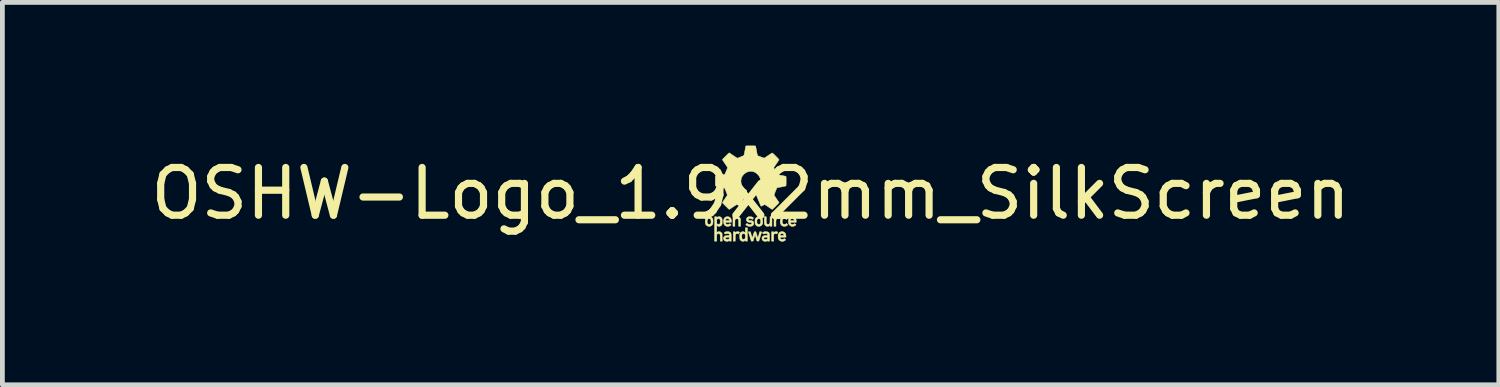
<source format=kicad_pcb>
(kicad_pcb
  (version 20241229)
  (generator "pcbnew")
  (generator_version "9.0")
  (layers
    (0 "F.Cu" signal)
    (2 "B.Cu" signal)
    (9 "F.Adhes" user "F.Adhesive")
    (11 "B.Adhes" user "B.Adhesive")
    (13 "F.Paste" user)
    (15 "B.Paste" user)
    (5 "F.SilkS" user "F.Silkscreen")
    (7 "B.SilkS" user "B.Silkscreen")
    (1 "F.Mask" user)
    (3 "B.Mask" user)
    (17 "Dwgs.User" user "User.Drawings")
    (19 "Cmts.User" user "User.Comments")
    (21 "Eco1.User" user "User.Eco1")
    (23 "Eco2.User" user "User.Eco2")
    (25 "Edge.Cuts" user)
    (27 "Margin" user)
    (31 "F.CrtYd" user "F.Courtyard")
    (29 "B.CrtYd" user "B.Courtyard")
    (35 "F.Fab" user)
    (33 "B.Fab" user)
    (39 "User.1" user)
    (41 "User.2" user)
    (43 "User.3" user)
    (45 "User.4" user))
  (footprint "OSHW-Logo_1.9x2mm_SilkScreen"
    (layer "F.Cu")
    (at 12.673 1.003)
    (property "Reference" "OSHW-Logo_1.9x2mm_SilkScreen" (at 0 0 0) (layer "F.SilkS") (effects (font (size 1 1) (thickness 0.15))))
    (attr exclude_from_pos_files exclude_from_bom)
    (fp_poly (pts (xy 0.53 0.509) (xy 0.538 0.502) (xy 0.551 0.492) (xy 0.565 0.488) (xy 0.58 0.486) (xy 0.592 0.487) (xy 0.604 0.49) (xy 0.615 0.494) (xy 0.622 0.498) (xy 0.624 0.501) (xy 0.622 0.504) (xy 0.616 0.511) (xy 0.61 0.519) (xy 0.601 0.528) (xy 0.596 0.532) (xy 0.591 0.532) (xy 0.586 0.53) (xy 0.57 0.526) (xy 0.555 0.529) (xy 0.542 0.537) (xy 0.536 0.546) (xy 0.533 0.553) (xy 0.532 0.561) (xy 0.531 0.574) (xy 0.53 0.591) (xy 0.53 0.614) (xy 0.53 0.622) (xy 0.53 0.686) (xy 0.49 0.686) (xy 0.49 0.486) (xy 0.53 0.486) (xy 0.53 0.509)) (stroke (width 0.01) (type solid)) (fill yes) (layer "F.SilkS"))
    (fp_poly (pts (xy -0.259 0.8) (xy -0.247 0.803) (xy -0.237 0.808) (xy -0.231 0.812) (xy -0.232 0.816) (xy -0.237 0.824) (xy -0.243 0.832) (xy -0.258 0.849) (xy -0.269 0.843) (xy -0.284 0.84) (xy -0.298 0.842) (xy -0.311 0.851) (xy -0.314 0.854) (xy -0.316 0.858) (xy -0.318 0.863) (xy -0.32 0.87) (xy -0.321 0.88) (xy -0.322 0.894) (xy -0.322 0.913) (xy -0.322 0.931) (xy -0.323 0.998) (xy -0.363 0.998) (xy -0.363 0.802) (xy -0.343 0.802) (xy -0.332 0.802) (xy -0.326 0.804) (xy -0.323 0.807) (xy -0.323 0.812) (xy -0.323 0.818) (xy -0.32 0.819) (xy -0.317 0.816) (xy -0.304 0.807) (xy -0.288 0.801) (xy -0.272 0.799) (xy -0.27 0.799) (xy -0.259 0.8)) (stroke (width 0.01) (type solid)) (fill yes) (layer "F.SilkS"))
    (fp_poly (pts (xy 0.543 0.8) (xy 0.556 0.803) (xy 0.566 0.808) (xy 0.571 0.812) (xy 0.57 0.817) (xy 0.565 0.825) (xy 0.56 0.832) (xy 0.552 0.841) (xy 0.546 0.845) (xy 0.542 0.846) (xy 0.537 0.844) (xy 0.527 0.84) (xy 0.52 0.839) (xy 0.508 0.841) (xy 0.497 0.847) (xy 0.488 0.854) (xy 0.486 0.856) (xy 0.485 0.862) (xy 0.484 0.875) (xy 0.483 0.892) (xy 0.483 0.913) (xy 0.483 0.931) (xy 0.483 0.998) (xy 0.439 0.998) (xy 0.439 0.802) (xy 0.461 0.802) (xy 0.473 0.802) (xy 0.48 0.804) (xy 0.482 0.806) (xy 0.483 0.809) (xy 0.483 0.813) (xy 0.485 0.814) (xy 0.491 0.812) (xy 0.5 0.807) (xy 0.513 0.802) (xy 0.527 0.799) (xy 0.531 0.799) (xy 0.543 0.8)) (stroke (width 0.01) (type solid)) (fill yes) (layer "F.SilkS"))
    (fp_poly (pts (xy -0.33 0.509) (xy -0.322 0.502) (xy -0.309 0.492) (xy -0.296 0.488) (xy -0.28 0.486) (xy -0.257 0.489) (xy -0.24 0.497) (xy -0.226 0.51) (xy -0.217 0.524) (xy -0.215 0.53) (xy -0.213 0.537) (xy -0.212 0.546) (xy -0.211 0.559) (xy -0.211 0.575) (xy -0.211 0.597) (xy -0.211 0.612) (xy -0.211 0.686) (xy -0.25 0.686) (xy -0.25 0.624) (xy -0.251 0.597) (xy -0.252 0.577) (xy -0.253 0.561) (xy -0.256 0.55) (xy -0.26 0.541) (xy -0.265 0.535) (xy -0.269 0.532) (xy -0.281 0.527) (xy -0.296 0.527) (xy -0.309 0.531) (xy -0.312 0.532) (xy -0.318 0.538) (xy -0.323 0.545) (xy -0.326 0.554) (xy -0.328 0.567) (xy -0.33 0.585) (xy -0.33 0.608) (xy -0.33 0.624) (xy -0.33 0.686) (xy -0.37 0.686) (xy -0.37 0.486) (xy -0.33 0.486) (xy -0.33 0.509)) (stroke (width 0.01) (type solid)) (fill yes) (layer "F.SilkS"))
    (fp_poly (pts (xy 0.327 0.546) (xy 0.327 0.572) (xy 0.327 0.592) (xy 0.328 0.607) (xy 0.33 0.618) (xy 0.332 0.625) (xy 0.336 0.631) (xy 0.34 0.637) (xy 0.34 0.637) (xy 0.351 0.644) (xy 0.365 0.647) (xy 0.379 0.645) (xy 0.391 0.64) (xy 0.392 0.639) (xy 0.397 0.633) (xy 0.401 0.626) (xy 0.403 0.618) (xy 0.405 0.606) (xy 0.406 0.59) (xy 0.406 0.568) (xy 0.407 0.55) (xy 0.407 0.486) (xy 0.446 0.486) (xy 0.446 0.686) (xy 0.426 0.686) (xy 0.415 0.686) (xy 0.409 0.685) (xy 0.407 0.681) (xy 0.407 0.677) (xy 0.407 0.668) (xy 0.393 0.677) (xy 0.374 0.686) (xy 0.354 0.688) (xy 0.334 0.685) (xy 0.328 0.683) (xy 0.31 0.671) (xy 0.297 0.655) (xy 0.292 0.645) (xy 0.29 0.639) (xy 0.289 0.63) (xy 0.288 0.618) (xy 0.287 0.601) (xy 0.287 0.579) (xy 0.287 0.559) (xy 0.287 0.486) (xy 0.327 0.486) (xy 0.327 0.546)) (stroke (width 0.01) (type solid)) (fill yes) (layer "F.SilkS"))
    (fp_poly (pts (xy 0.724 0.487) (xy 0.74 0.491) (xy 0.742 0.492) (xy 0.752 0.497) (xy 0.763 0.503) (xy 0.772 0.51) (xy 0.779 0.516) (xy 0.78 0.519) (xy 0.778 0.523) (xy 0.771 0.529) (xy 0.766 0.533) (xy 0.752 0.545) (xy 0.738 0.535) (xy 0.728 0.529) (xy 0.718 0.527) (xy 0.706 0.527) (xy 0.705 0.527) (xy 0.688 0.531) (xy 0.676 0.538) (xy 0.667 0.552) (xy 0.666 0.554) (xy 0.662 0.569) (xy 0.661 0.588) (xy 0.663 0.607) (xy 0.666 0.621) (xy 0.675 0.634) (xy 0.687 0.642) (xy 0.704 0.646) (xy 0.711 0.646) (xy 0.724 0.645) (xy 0.734 0.641) (xy 0.74 0.636) (xy 0.752 0.627) (xy 0.765 0.639) (xy 0.773 0.647) (xy 0.779 0.652) (xy 0.78 0.653) (xy 0.779 0.656) (xy 0.773 0.662) (xy 0.768 0.666) (xy 0.747 0.68) (xy 0.724 0.687) (xy 0.699 0.688) (xy 0.683 0.685) (xy 0.66 0.676) (xy 0.643 0.66) (xy 0.63 0.64) (xy 0.622 0.615) (xy 0.62 0.586) (xy 0.623 0.556) (xy 0.631 0.532) (xy 0.644 0.512) (xy 0.662 0.497) (xy 0.67 0.493) (xy 0.685 0.489) (xy 0.704 0.487) (xy 0.724 0.487)) (stroke (width 0.01) (type solid)) (fill yes) (layer "F.SilkS"))
    (fp_poly (pts (xy -0.844 0.49) (xy -0.824 0.498) (xy -0.807 0.512) (xy -0.795 0.531) (xy -0.791 0.542) (xy -0.789 0.554) (xy -0.788 0.571) (xy -0.788 0.59) (xy -0.789 0.609) (xy -0.791 0.626) (xy -0.794 0.639) (xy -0.796 0.644) (xy -0.806 0.659) (xy -0.819 0.672) (xy -0.832 0.681) (xy -0.846 0.686) (xy -0.865 0.688) (xy -0.883 0.687) (xy -0.896 0.684) (xy -0.913 0.676) (xy -0.929 0.663) (xy -0.941 0.647) (xy -0.943 0.644) (xy -0.946 0.634) (xy -0.949 0.619) (xy -0.95 0.6) (xy -0.95 0.597) (xy -0.911 0.597) (xy -0.907 0.618) (xy -0.899 0.633) (xy -0.887 0.642) (xy -0.871 0.646) (xy -0.87 0.646) (xy -0.857 0.645) (xy -0.847 0.64) (xy -0.841 0.635) (xy -0.829 0.625) (xy -0.829 0.589) (xy -0.83 0.571) (xy -0.83 0.559) (xy -0.832 0.551) (xy -0.835 0.545) (xy -0.837 0.542) (xy -0.849 0.532) (xy -0.864 0.527) (xy -0.881 0.528) (xy -0.894 0.535) (xy -0.904 0.547) (xy -0.909 0.564) (xy -0.91 0.571) (xy -0.911 0.597) (xy -0.95 0.597) (xy -0.951 0.581) (xy -0.95 0.563) (xy -0.948 0.548) (xy -0.948 0.545) (xy -0.939 0.523) (xy -0.925 0.506) (xy -0.906 0.494) (xy -0.883 0.488) (xy -0.868 0.486) (xy -0.844 0.49)) (stroke (width 0.01) (type solid)) (fill yes) (layer "F.SilkS"))
    (fp_poly (pts (xy -0.069 0.998) (xy -0.089 0.998) (xy -0.1 0.998) (xy -0.106 0.997) (xy -0.109 0.994) (xy -0.109 0.989) (xy -0.109 0.982) (xy -0.112 0.982) (xy -0.115 0.984) (xy -0.134 0.996) (xy -0.154 1.001) (xy -0.176 1) (xy -0.191 0.994) (xy -0.208 0.983) (xy -0.219 0.968) (xy -0.225 0.951) (xy -0.227 0.936) (xy -0.228 0.917) (xy -0.228 0.895) (xy -0.228 0.894) (xy -0.187 0.894) (xy -0.187 0.912) (xy -0.185 0.929) (xy -0.181 0.943) (xy -0.177 0.95) (xy -0.167 0.958) (xy -0.153 0.961) (xy -0.138 0.959) (xy -0.126 0.954) (xy -0.121 0.949) (xy -0.115 0.938) (xy -0.111 0.921) (xy -0.109 0.902) (xy -0.11 0.883) (xy -0.114 0.865) (xy -0.12 0.852) (xy -0.122 0.85) (xy -0.128 0.844) (xy -0.136 0.841) (xy -0.147 0.84) (xy -0.148 0.84) (xy -0.163 0.842) (xy -0.173 0.847) (xy -0.18 0.857) (xy -0.185 0.872) (xy -0.186 0.878) (xy -0.187 0.894) (xy -0.228 0.894) (xy -0.228 0.874) (xy -0.226 0.857) (xy -0.225 0.85) (xy -0.217 0.83) (xy -0.205 0.815) (xy -0.189 0.805) (xy -0.17 0.8) (xy -0.15 0.8) (xy -0.131 0.807) (xy -0.123 0.811) (xy -0.109 0.82) (xy -0.109 0.719) (xy -0.069 0.719) (xy -0.069 0.998)) (stroke (width 0.01) (type solid)) (fill yes) (layer "F.SilkS"))
    (fp_poly (pts (xy -0.457 0.49) (xy -0.44 0.498) (xy -0.424 0.512) (xy -0.412 0.53) (xy -0.406 0.553) (xy -0.404 0.572) (xy -0.402 0.603) (xy -0.464 0.603) (xy -0.487 0.603) (xy -0.503 0.603) (xy -0.514 0.603) (xy -0.521 0.604) (xy -0.525 0.605) (xy -0.526 0.607) (xy -0.526 0.61) (xy -0.523 0.623) (xy -0.515 0.636) (xy -0.504 0.645) (xy -0.504 0.645) (xy -0.489 0.649) (xy -0.472 0.648) (xy -0.455 0.644) (xy -0.447 0.639) (xy -0.436 0.631) (xy -0.422 0.644) (xy -0.408 0.657) (xy -0.42 0.668) (xy -0.437 0.679) (xy -0.458 0.686) (xy -0.481 0.689) (xy -0.503 0.686) (xy -0.525 0.678) (xy -0.542 0.666) (xy -0.554 0.648) (xy -0.562 0.626) (xy -0.565 0.597) (xy -0.566 0.596) (xy -0.565 0.564) (xy -0.564 0.562) (xy -0.526 0.562) (xy -0.526 0.566) (xy -0.524 0.568) (xy -0.519 0.569) (xy -0.509 0.57) (xy -0.495 0.57) (xy -0.486 0.57) (xy -0.446 0.57) (xy -0.446 0.559) (xy -0.45 0.547) (xy -0.458 0.535) (xy -0.469 0.527) (xy -0.477 0.524) (xy -0.492 0.525) (xy -0.507 0.53) (xy -0.518 0.54) (xy -0.525 0.554) (xy -0.526 0.562) (xy -0.564 0.562) (xy -0.56 0.538) (xy -0.549 0.517) (xy -0.535 0.501) (xy -0.52 0.493) (xy -0.5 0.487) (xy -0.478 0.487) (xy -0.457 0.49)) (stroke (width 0.01) (type solid)) (fill yes) (layer "F.SilkS"))
    (fp_poly (pts (xy 0.176 0.487) (xy 0.192 0.488) (xy 0.203 0.491) (xy 0.212 0.495) (xy 0.218 0.499) (xy 0.233 0.512) (xy 0.244 0.528) (xy 0.25 0.547) (xy 0.253 0.572) (xy 0.253 0.573) (xy 0.254 0.593) (xy 0.252 0.612) (xy 0.251 0.626) (xy 0.243 0.647) (xy 0.229 0.665) (xy 0.212 0.678) (xy 0.191 0.687) (xy 0.169 0.689) (xy 0.148 0.686) (xy 0.126 0.676) (xy 0.109 0.66) (xy 0.097 0.64) (xy 0.095 0.636) (xy 0.093 0.624) (xy 0.091 0.607) (xy 0.091 0.588) (xy 0.091 0.577) (xy 0.131 0.577) (xy 0.131 0.602) (xy 0.134 0.62) (xy 0.14 0.633) (xy 0.15 0.641) (xy 0.164 0.645) (xy 0.174 0.646) (xy 0.186 0.645) (xy 0.195 0.64) (xy 0.199 0.636) (xy 0.206 0.627) (xy 0.21 0.615) (xy 0.212 0.605) (xy 0.213 0.58) (xy 0.211 0.559) (xy 0.204 0.543) (xy 0.193 0.532) (xy 0.192 0.531) (xy 0.175 0.526) (xy 0.159 0.528) (xy 0.144 0.537) (xy 0.139 0.543) (xy 0.135 0.548) (xy 0.133 0.555) (xy 0.132 0.567) (xy 0.131 0.577) (xy 0.091 0.577) (xy 0.091 0.569) (xy 0.093 0.552) (xy 0.095 0.538) (xy 0.096 0.534) (xy 0.108 0.515) (xy 0.126 0.499) (xy 0.136 0.493) (xy 0.146 0.489) (xy 0.156 0.487) (xy 0.171 0.487) (xy 0.176 0.487)) (stroke (width 0.01) (type solid)) (fill yes) (layer "F.SilkS"))
    (fp_poly (pts (xy 0.888 0.487) (xy 0.907 0.492) (xy 0.923 0.502) (xy 0.931 0.51) (xy 0.943 0.524) (xy 0.95 0.541) (xy 0.954 0.561) (xy 0.955 0.578) (xy 0.955 0.603) (xy 0.893 0.603) (xy 0.869 0.603) (xy 0.852 0.603) (xy 0.841 0.604) (xy 0.834 0.606) (xy 0.831 0.609) (xy 0.832 0.614) (xy 0.835 0.621) (xy 0.837 0.626) (xy 0.846 0.638) (xy 0.86 0.646) (xy 0.876 0.649) (xy 0.893 0.648) (xy 0.909 0.641) (xy 0.911 0.639) (xy 0.922 0.631) (xy 0.951 0.655) (xy 0.943 0.664) (xy 0.928 0.675) (xy 0.909 0.683) (xy 0.887 0.688) (xy 0.866 0.688) (xy 0.855 0.686) (xy 0.832 0.677) (xy 0.815 0.663) (xy 0.802 0.644) (xy 0.794 0.62) (xy 0.792 0.591) (xy 0.792 0.577) (xy 0.794 0.562) (xy 0.831 0.562) (xy 0.833 0.566) (xy 0.839 0.569) (xy 0.851 0.57) (xy 0.869 0.57) (xy 0.873 0.57) (xy 0.891 0.57) (xy 0.905 0.569) (xy 0.913 0.567) (xy 0.915 0.566) (xy 0.913 0.561) (xy 0.91 0.552) (xy 0.909 0.548) (xy 0.901 0.536) (xy 0.889 0.527) (xy 0.875 0.523) (xy 0.873 0.523) (xy 0.859 0.526) (xy 0.846 0.534) (xy 0.837 0.545) (xy 0.833 0.555) (xy 0.831 0.562) (xy 0.794 0.562) (xy 0.796 0.549) (xy 0.804 0.525) (xy 0.817 0.507) (xy 0.835 0.495) (xy 0.857 0.488) (xy 0.866 0.487) (xy 0.888 0.487)) (stroke (width 0.01) (type solid)) (fill yes) (layer "F.SilkS"))
    (fp_poly (pts (xy 0.68 0.802) (xy 0.682 0.802) (xy 0.702 0.811) (xy 0.719 0.826) (xy 0.731 0.846) (xy 0.738 0.871) (xy 0.74 0.886) (xy 0.741 0.915) (xy 0.617 0.915) (xy 0.617 0.926) (xy 0.62 0.937) (xy 0.628 0.948) (xy 0.629 0.95) (xy 0.638 0.957) (xy 0.645 0.961) (xy 0.655 0.962) (xy 0.662 0.962) (xy 0.677 0.961) (xy 0.689 0.956) (xy 0.694 0.953) (xy 0.706 0.945) (xy 0.735 0.969) (xy 0.728 0.977) (xy 0.714 0.987) (xy 0.696 0.996) (xy 0.676 1.001) (xy 0.662 1.002) (xy 0.645 1.001) (xy 0.631 0.996) (xy 0.62 0.992) (xy 0.602 0.979) (xy 0.588 0.961) (xy 0.58 0.939) (xy 0.577 0.924) (xy 0.575 0.895) (xy 0.577 0.875) (xy 0.617 0.875) (xy 0.617 0.878) (xy 0.62 0.88) (xy 0.625 0.881) (xy 0.634 0.882) (xy 0.649 0.882) (xy 0.657 0.882) (xy 0.674 0.882) (xy 0.686 0.882) (xy 0.693 0.881) (xy 0.696 0.879) (xy 0.697 0.876) (xy 0.697 0.875) (xy 0.695 0.864) (xy 0.689 0.852) (xy 0.681 0.844) (xy 0.679 0.842) (xy 0.671 0.84) (xy 0.66 0.838) (xy 0.657 0.838) (xy 0.646 0.839) (xy 0.636 0.842) (xy 0.635 0.842) (xy 0.627 0.849) (xy 0.621 0.86) (xy 0.617 0.872) (xy 0.617 0.875) (xy 0.577 0.875) (xy 0.578 0.868) (xy 0.586 0.845) (xy 0.598 0.826) (xy 0.615 0.811) (xy 0.634 0.802) (xy 0.656 0.799) (xy 0.68 0.802)) (stroke (width 0.01) (type solid)) (fill yes) (layer "F.SilkS"))
    (fp_poly (pts (xy 0.129 0.867) (xy 0.136 0.888) (xy 0.142 0.906) (xy 0.147 0.92) (xy 0.151 0.929) (xy 0.153 0.933) (xy 0.153 0.933) (xy 0.154 0.929) (xy 0.157 0.92) (xy 0.162 0.906) (xy 0.167 0.888) (xy 0.172 0.868) (xy 0.172 0.867) (xy 0.19 0.802) (xy 0.211 0.802) (xy 0.222 0.803) (xy 0.23 0.804) (xy 0.232 0.805) (xy 0.231 0.809) (xy 0.228 0.819) (xy 0.223 0.834) (xy 0.217 0.853) (xy 0.21 0.876) (xy 0.202 0.901) (xy 0.202 0.902) (xy 0.172 0.996) (xy 0.133 0.996) (xy 0.114 0.931) (xy 0.108 0.911) (xy 0.102 0.893) (xy 0.098 0.878) (xy 0.095 0.869) (xy 0.093 0.865) (xy 0.093 0.865) (xy 0.092 0.868) (xy 0.089 0.877) (xy 0.084 0.891) (xy 0.079 0.908) (xy 0.073 0.929) (xy 0.072 0.93) (xy 0.053 0.996) (xy 0.034 0.997) (xy 0.015 0.999) (xy -0.011 0.918) (xy -0.018 0.894) (xy -0.026 0.871) (xy -0.032 0.851) (xy -0.037 0.835) (xy -0.041 0.824) (xy -0.042 0.821) (xy -0.045 0.811) (xy -0.047 0.804) (xy -0.047 0.803) (xy -0.044 0.803) (xy -0.035 0.802) (xy -0.025 0.802) (xy -0.014 0.802) (xy -0.006 0.803) (xy -0.004 0.804) (xy -0.003 0.808) (xy -0.000266 0.817) (xy 0.003 0.831) (xy 0.008 0.848) (xy 0.013 0.866) (xy 0.018 0.885) (xy 0.023 0.902) (xy 0.027 0.916) (xy 0.03 0.927) (xy 0.031 0.933) (xy 0.031 0.933) (xy 0.033 0.931) (xy 0.036 0.924) (xy 0.041 0.911) (xy 0.047 0.894) (xy 0.054 0.874) (xy 0.055 0.87) (xy 0.078 0.802) (xy 0.109 0.802) (xy 0.129 0.867)) (stroke (width 0.01) (type solid)) (fill yes) (layer "F.SilkS"))
    (fp_poly (pts (xy -0.017 0.487) (xy -0.009 0.487) (xy 0.011 0.489) (xy 0.026 0.491) (xy 0.037 0.496) (xy 0.038 0.496) (xy 0.051 0.503) (xy 0.057 0.509) (xy 0.058 0.515) (xy 0.053 0.523) (xy 0.05 0.528) (xy 0.038 0.542) (xy 0.023 0.534) (xy 0.008 0.528) (xy -0.009 0.524) (xy -0.024 0.524) (xy -0.036 0.527) (xy -0.036 0.527) (xy -0.045 0.535) (xy -0.048 0.545) (xy -0.045 0.555) (xy -0.044 0.556) (xy -0.04 0.56) (xy -0.033 0.562) (xy -0.023 0.564) (xy -0.008 0.566) (xy -0.005 0.566) (xy 0.019 0.569) (xy 0.038 0.575) (xy 0.051 0.583) (xy 0.059 0.595) (xy 0.065 0.61) (xy 0.065 0.614) (xy 0.066 0.635) (xy 0.06 0.653) (xy 0.048 0.669) (xy 0.03 0.68) (xy 0.029 0.68) (xy 0.009 0.686) (xy -0.013 0.688) (xy -0.034 0.687) (xy -0.048 0.685) (xy -0.058 0.681) (xy -0.07 0.675) (xy -0.082 0.669) (xy -0.092 0.662) (xy -0.1 0.657) (xy -0.102 0.654) (xy -0.099 0.65) (xy -0.093 0.643) (xy -0.088 0.638) (xy -0.079 0.63) (xy -0.075 0.627) (xy -0.071 0.628) (xy -0.069 0.63) (xy -0.058 0.639) (xy -0.043 0.645) (xy -0.027 0.649) (xy -0.01 0.649) (xy 0.006 0.647) (xy 0.018 0.642) (xy 0.023 0.637) (xy 0.025 0.628) (xy 0.023 0.618) (xy 0.02 0.613) (xy 0.014 0.611) (xy 0.003 0.608) (xy -0.012 0.605) (xy -0.021 0.604) (xy -0.041 0.601) (xy -0.056 0.597) (xy -0.067 0.591) (xy -0.076 0.583) (xy -0.081 0.576) (xy -0.088 0.561) (xy -0.09 0.543) (xy -0.086 0.526) (xy -0.077 0.51) (xy -0.063 0.497) (xy -0.058 0.494) (xy -0.049 0.49) (xy -0.041 0.488) (xy -0.031 0.487) (xy -0.017 0.487)) (stroke (width 0.01) (type solid)) (fill yes) (layer "F.SilkS"))
    (fp_poly (pts (xy 0.325 0.799) (xy 0.351 0.803) (xy 0.371 0.812) (xy 0.386 0.825) (xy 0.386 0.825) (xy 0.389 0.829) (xy 0.391 0.833) (xy 0.392 0.84) (xy 0.393 0.848) (xy 0.394 0.861) (xy 0.394 0.878) (xy 0.395 0.901) (xy 0.395 0.917) (xy 0.396 0.998) (xy 0.376 0.998) (xy 0.364 0.998) (xy 0.358 0.997) (xy 0.356 0.994) (xy 0.356 0.991) (xy 0.355 0.985) (xy 0.353 0.986) (xy 0.35 0.989) (xy 0.341 0.995) (xy 0.335 0.998) (xy 0.325 1.001) (xy 0.31 1.001) (xy 0.295 1.001) (xy 0.282 0.999) (xy 0.279 0.998) (xy 0.261 0.989) (xy 0.248 0.975) (xy 0.239 0.958) (xy 0.237 0.941) (xy 0.276 0.941) (xy 0.278 0.951) (xy 0.286 0.957) (xy 0.3 0.961) (xy 0.317 0.962) (xy 0.331 0.961) (xy 0.34 0.96) (xy 0.347 0.956) (xy 0.348 0.955) (xy 0.354 0.945) (xy 0.356 0.932) (xy 0.356 0.931) (xy 0.356 0.915) (xy 0.329 0.915) (xy 0.307 0.916) (xy 0.292 0.918) (xy 0.282 0.924) (xy 0.277 0.932) (xy 0.276 0.941) (xy 0.237 0.941) (xy 0.237 0.938) (xy 0.237 0.934) (xy 0.242 0.916) (xy 0.251 0.902) (xy 0.267 0.891) (xy 0.269 0.89) (xy 0.278 0.886) (xy 0.287 0.884) (xy 0.299 0.882) (xy 0.316 0.882) (xy 0.32 0.882) (xy 0.356 0.882) (xy 0.356 0.866) (xy 0.354 0.853) (xy 0.349 0.845) (xy 0.34 0.841) (xy 0.324 0.839) (xy 0.316 0.838) (xy 0.3 0.839) (xy 0.29 0.842) (xy 0.286 0.844) (xy 0.28 0.848) (xy 0.273 0.847) (xy 0.264 0.842) (xy 0.254 0.834) (xy 0.245 0.827) (xy 0.258 0.816) (xy 0.273 0.806) (xy 0.292 0.8) (xy 0.315 0.799) (xy 0.325 0.799)) (stroke (width 0.01) (type solid)) (fill yes) (layer "F.SilkS"))
    (fp_poly (pts (xy -0.477 0.799) (xy -0.452 0.803) (xy -0.433 0.811) (xy -0.42 0.822) (xy -0.414 0.832) (xy -0.411 0.838) (xy -0.409 0.845) (xy -0.408 0.854) (xy -0.407 0.865) (xy -0.407 0.881) (xy -0.407 0.903) (xy -0.407 0.923) (xy -0.407 0.998) (xy -0.426 0.998) (xy -0.438 0.998) (xy -0.444 0.997) (xy -0.446 0.994) (xy -0.446 0.99) (xy -0.447 0.985) (xy -0.449 0.985) (xy -0.454 0.989) (xy -0.456 0.991) (xy -0.467 0.997) (xy -0.483 1.001) (xy -0.5 1.002) (xy -0.518 0.999) (xy -0.533 0.994) (xy -0.549 0.983) (xy -0.56 0.968) (xy -0.565 0.949) (xy -0.565 0.944) (xy -0.566 0.932) (xy -0.527 0.932) (xy -0.526 0.945) (xy -0.521 0.954) (xy -0.511 0.959) (xy -0.495 0.962) (xy -0.487 0.962) (xy -0.471 0.961) (xy -0.46 0.959) (xy -0.456 0.957) (xy -0.45 0.949) (xy -0.447 0.934) (xy -0.447 0.933) (xy -0.446 0.915) (xy -0.473 0.915) (xy -0.494 0.916) (xy -0.51 0.919) (xy -0.521 0.924) (xy -0.527 0.93) (xy -0.527 0.932) (xy -0.566 0.932) (xy -0.566 0.931) (xy -0.564 0.921) (xy -0.559 0.912) (xy -0.558 0.911) (xy -0.55 0.9) (xy -0.542 0.893) (xy -0.532 0.888) (xy -0.519 0.885) (xy -0.502 0.883) (xy -0.488 0.883) (xy -0.446 0.881) (xy -0.446 0.867) (xy -0.448 0.854) (xy -0.454 0.845) (xy -0.464 0.84) (xy -0.48 0.839) (xy -0.486 0.838) (xy -0.504 0.84) (xy -0.516 0.843) (xy -0.518 0.844) (xy -0.523 0.847) (xy -0.528 0.848) (xy -0.534 0.845) (xy -0.542 0.839) (xy -0.55 0.833) (xy -0.554 0.829) (xy -0.554 0.826) (xy -0.55 0.821) (xy -0.545 0.817) (xy -0.529 0.806) (xy -0.508 0.8) (xy -0.482 0.799) (xy -0.477 0.799)) (stroke (width 0.01) (type solid)) (fill yes) (layer "F.SilkS"))
    (fp_poly (pts (xy -0.641 0.488) (xy -0.63 0.493) (xy -0.618 0.503) (xy -0.607 0.514) (xy -0.6 0.525) (xy -0.598 0.535) (xy -0.596 0.552) (xy -0.595 0.575) (xy -0.595 0.587) (xy -0.596 0.609) (xy -0.596 0.624) (xy -0.597 0.636) (xy -0.599 0.645) (xy -0.602 0.652) (xy -0.613 0.668) (xy -0.629 0.68) (xy -0.647 0.687) (xy -0.666 0.688) (xy -0.686 0.684) (xy -0.702 0.675) (xy -0.711 0.667) (xy -0.711 0.816) (xy -0.695 0.807) (xy -0.674 0.8) (xy -0.653 0.8) (xy -0.633 0.805) (xy -0.615 0.817) (xy -0.608 0.826) (xy -0.597 0.84) (xy -0.595 0.998) (xy -0.635 0.998) (xy -0.636 0.929) (xy -0.636 0.905) (xy -0.637 0.888) (xy -0.637 0.875) (xy -0.638 0.866) (xy -0.64 0.86) (xy -0.642 0.856) (xy -0.645 0.853) (xy -0.646 0.851) (xy -0.655 0.844) (xy -0.666 0.84) (xy -0.68 0.84) (xy -0.693 0.845) (xy -0.704 0.853) (xy -0.707 0.859) (xy -0.709 0.866) (xy -0.71 0.88) (xy -0.711 0.901) (xy -0.711 0.926) (xy -0.711 0.933) (xy -0.711 0.998) (xy -0.755 0.998) (xy -0.753 0.582) (xy -0.711 0.582) (xy -0.711 0.593) (xy -0.71 0.61) (xy -0.709 0.621) (xy -0.707 0.628) (xy -0.703 0.634) (xy -0.701 0.637) (xy -0.693 0.643) (xy -0.682 0.646) (xy -0.676 0.646) (xy -0.664 0.645) (xy -0.655 0.643) (xy -0.653 0.642) (xy -0.644 0.634) (xy -0.638 0.619) (xy -0.636 0.598) (xy -0.635 0.586) (xy -0.636 0.563) (xy -0.641 0.546) (xy -0.648 0.535) (xy -0.659 0.528) (xy -0.674 0.526) (xy -0.674 0.526) (xy -0.688 0.528) (xy -0.699 0.534) (xy -0.706 0.545) (xy -0.71 0.56) (xy -0.711 0.582) (xy -0.753 0.582) (xy -0.753 0.488) (xy -0.732 0.487) (xy -0.721 0.487) (xy -0.714 0.487) (xy -0.712 0.49) (xy -0.711 0.495) (xy -0.711 0.496) (xy -0.711 0.505) (xy -0.7 0.497) (xy -0.688 0.491) (xy -0.671 0.487) (xy -0.655 0.486) (xy -0.641 0.488)) (stroke (width 0.01) (type solid)) (fill yes) (layer "F.SilkS"))
    (fp_poly (pts (xy 0.017 -0.998) (xy 0.04 -0.998) (xy 0.061 -0.998) (xy 0.079 -0.997) (xy 0.093 -0.996) (xy 0.101 -0.995) (xy 0.103 -0.995) (xy 0.105 -0.99) (xy 0.107 -0.98) (xy 0.11 -0.964) (xy 0.114 -0.944) (xy 0.119 -0.921) (xy 0.123 -0.895) (xy 0.124 -0.894) (xy 0.128 -0.869) (xy 0.133 -0.845) (xy 0.137 -0.826) (xy 0.14 -0.81) (xy 0.142 -0.8) (xy 0.143 -0.796) (xy 0.143 -0.796) (xy 0.148 -0.793) (xy 0.158 -0.788) (xy 0.173 -0.782) (xy 0.19 -0.775) (xy 0.209 -0.768) (xy 0.228 -0.761) (xy 0.246 -0.754) (xy 0.262 -0.748) (xy 0.275 -0.744) (xy 0.283 -0.742) (xy 0.285 -0.741) (xy 0.29 -0.744) (xy 0.3 -0.75) (xy 0.314 -0.759) (xy 0.331 -0.77) (xy 0.351 -0.784) (xy 0.369 -0.796) (xy 0.391 -0.811) (xy 0.41 -0.823) (xy 0.427 -0.834) (xy 0.44 -0.843) (xy 0.449 -0.848) (xy 0.453 -0.849) (xy 0.457 -0.847) (xy 0.466 -0.84) (xy 0.478 -0.829) (xy 0.492 -0.816) (xy 0.508 -0.801) (xy 0.524 -0.785) (xy 0.541 -0.768) (xy 0.556 -0.752) (xy 0.57 -0.737) (xy 0.582 -0.724) (xy 0.59 -0.714) (xy 0.594 -0.708) (xy 0.594 -0.707) (xy 0.592 -0.702) (xy 0.586 -0.693) (xy 0.576 -0.679) (xy 0.565 -0.662) (xy 0.552 -0.642) (xy 0.539 -0.624) (xy 0.525 -0.603) (xy 0.512 -0.584) (xy 0.501 -0.567) (xy 0.493 -0.554) (xy 0.488 -0.545) (xy 0.486 -0.541) (xy 0.488 -0.536) (xy 0.492 -0.525) (xy 0.497 -0.511) (xy 0.504 -0.494) (xy 0.512 -0.475) (xy 0.52 -0.456) (xy 0.528 -0.437) (xy 0.535 -0.422) (xy 0.541 -0.409) (xy 0.545 -0.402) (xy 0.546 -0.401) (xy 0.55 -0.399) (xy 0.561 -0.396) (xy 0.577 -0.392) (xy 0.597 -0.388) (xy 0.62 -0.384) (xy 0.642 -0.379) (xy 0.668 -0.375) (xy 0.69 -0.37) (xy 0.71 -0.366) (xy 0.726 -0.363) (xy 0.736 -0.36) (xy 0.739 -0.359) (xy 0.741 -0.356) (xy 0.742 -0.349) (xy 0.743 -0.338) (xy 0.744 -0.321) (xy 0.744 -0.299) (xy 0.744 -0.271) (xy 0.744 -0.26) (xy 0.744 -0.234) (xy 0.744 -0.211) (xy 0.743 -0.191) (xy 0.742 -0.175) (xy 0.742 -0.164) (xy 0.741 -0.16) (xy 0.737 -0.158) (xy 0.726 -0.156) (xy 0.711 -0.152) (xy 0.692 -0.148) (xy 0.671 -0.143) (xy 0.648 -0.138) (xy 0.624 -0.134) (xy 0.601 -0.13) (xy 0.58 -0.126) (xy 0.573 -0.125) (xy 0.561 -0.122) (xy 0.553 -0.118) (xy 0.551 -0.117) (xy 0.547 -0.111) (xy 0.542 -0.1) (xy 0.536 -0.085) (xy 0.528 -0.067) (xy 0.52 -0.047) (xy 0.513 -0.028) (xy 0.506 -0.008) (xy 0.499 0.009) (xy 0.495 0.022) (xy 0.492 0.032) (xy 0.492 0.035) (xy 0.494 0.04) (xy 0.5 0.049) (xy 0.509 0.063) (xy 0.521 0.08) (xy 0.534 0.099) (xy 0.544 0.115) (xy 0.558 0.135) (xy 0.571 0.154) (xy 0.582 0.169) (xy 0.589 0.181) (xy 0.594 0.189) (xy 0.595 0.191) (xy 0.593 0.195) (xy 0.586 0.202) (xy 0.575 0.213) (xy 0.562 0.227) (xy 0.547 0.242) (xy 0.531 0.259) (xy 0.514 0.275) (xy 0.498 0.291) (xy 0.483 0.306) (xy 0.47 0.318) (xy 0.46 0.327) (xy 0.454 0.333) (xy 0.452 0.334) (xy 0.449 0.332) (xy 0.44 0.326) (xy 0.427 0.318) (xy 0.41 0.307) (xy 0.391 0.294) (xy 0.375 0.283) (xy 0.355 0.269) (xy 0.336 0.257) (xy 0.319 0.246) (xy 0.307 0.238) (xy 0.298 0.233) (xy 0.295 0.232) (xy 0.29 0.234) (xy 0.28 0.238) (xy 0.266 0.245) (xy 0.255 0.251) (xy 0.24 0.258) (xy 0.228 0.264) (xy 0.22 0.266) (xy 0.218 0.266) (xy 0.215 0.262) (xy 0.211 0.252) (xy 0.204 0.237) (xy 0.196 0.218) (xy 0.186 0.195) (xy 0.176 0.169) (xy 0.164 0.142) (xy 0.152 0.113) (xy 0.14 0.084) (xy 0.129 0.056) (xy 0.118 0.029) (xy 0.108 0.004) (xy 0.099 -0.017) (xy 0.092 -0.035) (xy 0.087 -0.049) (xy 0.084 -0.057) (xy 0.084 -0.059) (xy 0.086 -0.063) (xy 0.094 -0.07) (xy 0.105 -0.079) (xy 0.107 -0.08) (xy 0.139 -0.105) (xy 0.165 -0.133) (xy 0.185 -0.165) (xy 0.199 -0.2) (xy 0.206 -0.238) (xy 0.207 -0.258) (xy 0.204 -0.294) (xy 0.196 -0.328) (xy 0.181 -0.358) (xy 0.16 -0.388) (xy 0.145 -0.403) (xy 0.116 -0.428) (xy 0.084 -0.447) (xy 0.05 -0.459) (xy 0.015 -0.464) (xy -0.02 -0.463) (xy -0.055 -0.456) (xy -0.088 -0.442) (xy -0.12 -0.422) (xy -0.142 -0.403) (xy -0.167 -0.374) (xy -0.185 -0.344) (xy -0.197 -0.313) (xy -0.202 -0.278) (xy -0.203 -0.258) (xy -0.2 -0.219) (xy -0.19 -0.183) (xy -0.173 -0.149) (xy -0.15 -0.119) (xy -0.121 -0.092) (xy -0.103 -0.08) (xy -0.092 -0.072) (xy -0.084 -0.064) (xy -0.08 -0.059) (xy -0.08 -0.059) (xy -0.081 -0.054) (xy -0.085 -0.044) (xy -0.091 -0.028) (xy -0.099 -0.009) (xy -0.108 0.014) (xy -0.119 0.04) (xy -0.13 0.068) (xy -0.142 0.096) (xy -0.154 0.125) (xy -0.165 0.153) (xy -0.176 0.18) (xy -0.187 0.205) (xy -0.196 0.226) (xy -0.204 0.244) (xy -0.209 0.257) (xy -0.213 0.265) (xy -0.214 0.266) (xy -0.218 0.266) (xy -0.227 0.262) (xy -0.24 0.257) (xy -0.251 0.251) (xy -0.266 0.243) (xy -0.279 0.237) (xy -0.288 0.233) (xy -0.291 0.232) (xy -0.296 0.234) (xy -0.305 0.24) (xy -0.319 0.248) (xy -0.336 0.26) (xy -0.356 0.272) (xy -0.371 0.283) (xy -0.392 0.297) (xy -0.411 0.31) (xy -0.426 0.32) (xy -0.439 0.328) (xy -0.446 0.333) (xy -0.449 0.334) (xy -0.452 0.331) (xy -0.46 0.324) (xy -0.471 0.314) (xy -0.486 0.3) (xy -0.502 0.283) (xy -0.521 0.265) (xy -0.522 0.264) (xy -0.54 0.246) (xy -0.557 0.229) (xy -0.571 0.214) (xy -0.582 0.203) (xy -0.589 0.195) (xy -0.592 0.191) (xy -0.592 0.191) (xy -0.59 0.188) (xy -0.584 0.179) (xy -0.576 0.166) (xy -0.564 0.149) (xy -0.552 0.13) (xy -0.541 0.115) (xy -0.527 0.094) (xy -0.514 0.075) (xy -0.503 0.059) (xy -0.495 0.046) (xy -0.49 0.038) (xy -0.488 0.035) (xy -0.489 0.03) (xy -0.492 0.02) (xy -0.497 0.006) (xy -0.503 -0.012) (xy -0.511 -0.031) (xy -0.518 -0.051) (xy -0.526 -0.071) (xy -0.534 -0.088) (xy -0.54 -0.102) (xy -0.545 -0.112) (xy -0.548 -0.117) (xy -0.554 -0.119) (xy -0.566 -0.123) (xy -0.586 -0.128) (xy -0.613 -0.133) (xy -0.644 -0.139) (xy -0.672 -0.144) (xy -0.696 -0.149) (xy -0.715 -0.154) (xy -0.729 -0.157) (xy -0.736 -0.16) (xy -0.737 -0.16) (xy -0.738 -0.165) (xy -0.739 -0.176) (xy -0.739 -0.192) (xy -0.74 -0.213) (xy -0.74 -0.237) (xy -0.74 -0.26) (xy -0.74 -0.291) (xy -0.74 -0.315) (xy -0.74 -0.333) (xy -0.739 -0.346) (xy -0.738 -0.354) (xy -0.736 -0.358) (xy -0.736 -0.359) (xy -0.731 -0.36) (xy -0.72 -0.363) (xy -0.704 -0.366) (xy -0.684 -0.371) (xy -0.661 -0.375) (xy -0.639 -0.379) (xy -0.614 -0.384) (xy -0.591 -0.389) (xy -0.571 -0.393) (xy -0.556 -0.396) (xy -0.546 -0.399) (xy -0.542 -0.401) (xy -0.539 -0.405) (xy -0.535 -0.416) (xy -0.528 -0.43) (xy -0.52 -0.447) (xy -0.512 -0.466) (xy -0.504 -0.485) (xy -0.497 -0.503) (xy -0.49 -0.519) (xy -0.486 -0.532) (xy -0.483 -0.54) (xy -0.483 -0.541) (xy -0.485 -0.546) (xy -0.49 -0.555) (xy -0.499 -0.569) (xy -0.51 -0.586) (xy -0.523 -0.606) (xy -0.537 -0.626) (xy -0.552 -0.648) (xy -0.565 -0.667) (xy -0.576 -0.684) (xy -0.584 -0.697) (xy -0.59 -0.706) (xy -0.592 -0.71) (xy -0.589 -0.713) (xy -0.582 -0.721) (xy -0.571 -0.733) (xy -0.557 -0.747) (xy -0.541 -0.764) (xy -0.522 -0.782) (xy -0.521 -0.784) (xy -0.498 -0.807) (xy -0.479 -0.825) (xy -0.464 -0.838) (xy -0.454 -0.847) (xy -0.448 -0.851) (xy -0.446 -0.851) (xy -0.442 -0.848) (xy -0.432 -0.842) (xy -0.419 -0.833) (xy -0.402 -0.821) (xy -0.382 -0.807) (xy -0.362 -0.794) (xy -0.341 -0.78) (xy -0.322 -0.767) (xy -0.305 -0.756) (xy -0.291 -0.747) (xy -0.282 -0.742) (xy -0.278 -0.74) (xy -0.272 -0.742) (xy -0.261 -0.746) (xy -0.246 -0.751) (xy -0.229 -0.758) (xy -0.21 -0.766) (xy -0.191 -0.774) (xy -0.174 -0.781) (xy -0.159 -0.788) (xy -0.148 -0.793) (xy -0.142 -0.796) (xy -0.142 -0.796) (xy -0.14 -0.801) (xy -0.137 -0.812) (xy -0.133 -0.829) (xy -0.129 -0.849) (xy -0.124 -0.873) (xy -0.119 -0.896) (xy -0.115 -0.922) (xy -0.11 -0.945) (xy -0.106 -0.965) (xy -0.103 -0.98) (xy -0.101 -0.991) (xy -0.1 -0.995) (xy -0.096 -0.996) (xy -0.085 -0.997) (xy -0.07 -0.997) (xy -0.051 -0.998) (xy -0.029 -0.998) (xy -0.006 -0.998) (xy 0.017 -0.998)) (stroke (width 0.01) (type solid)) (fill yes) (layer "F.SilkS")))
  (gr_rect
    (start -3 -3)
    (end 28.345 5.01)
    (stroke (width 0.1) (type default))
    (fill no)
    (layer "Edge.Cuts")))
</source>
